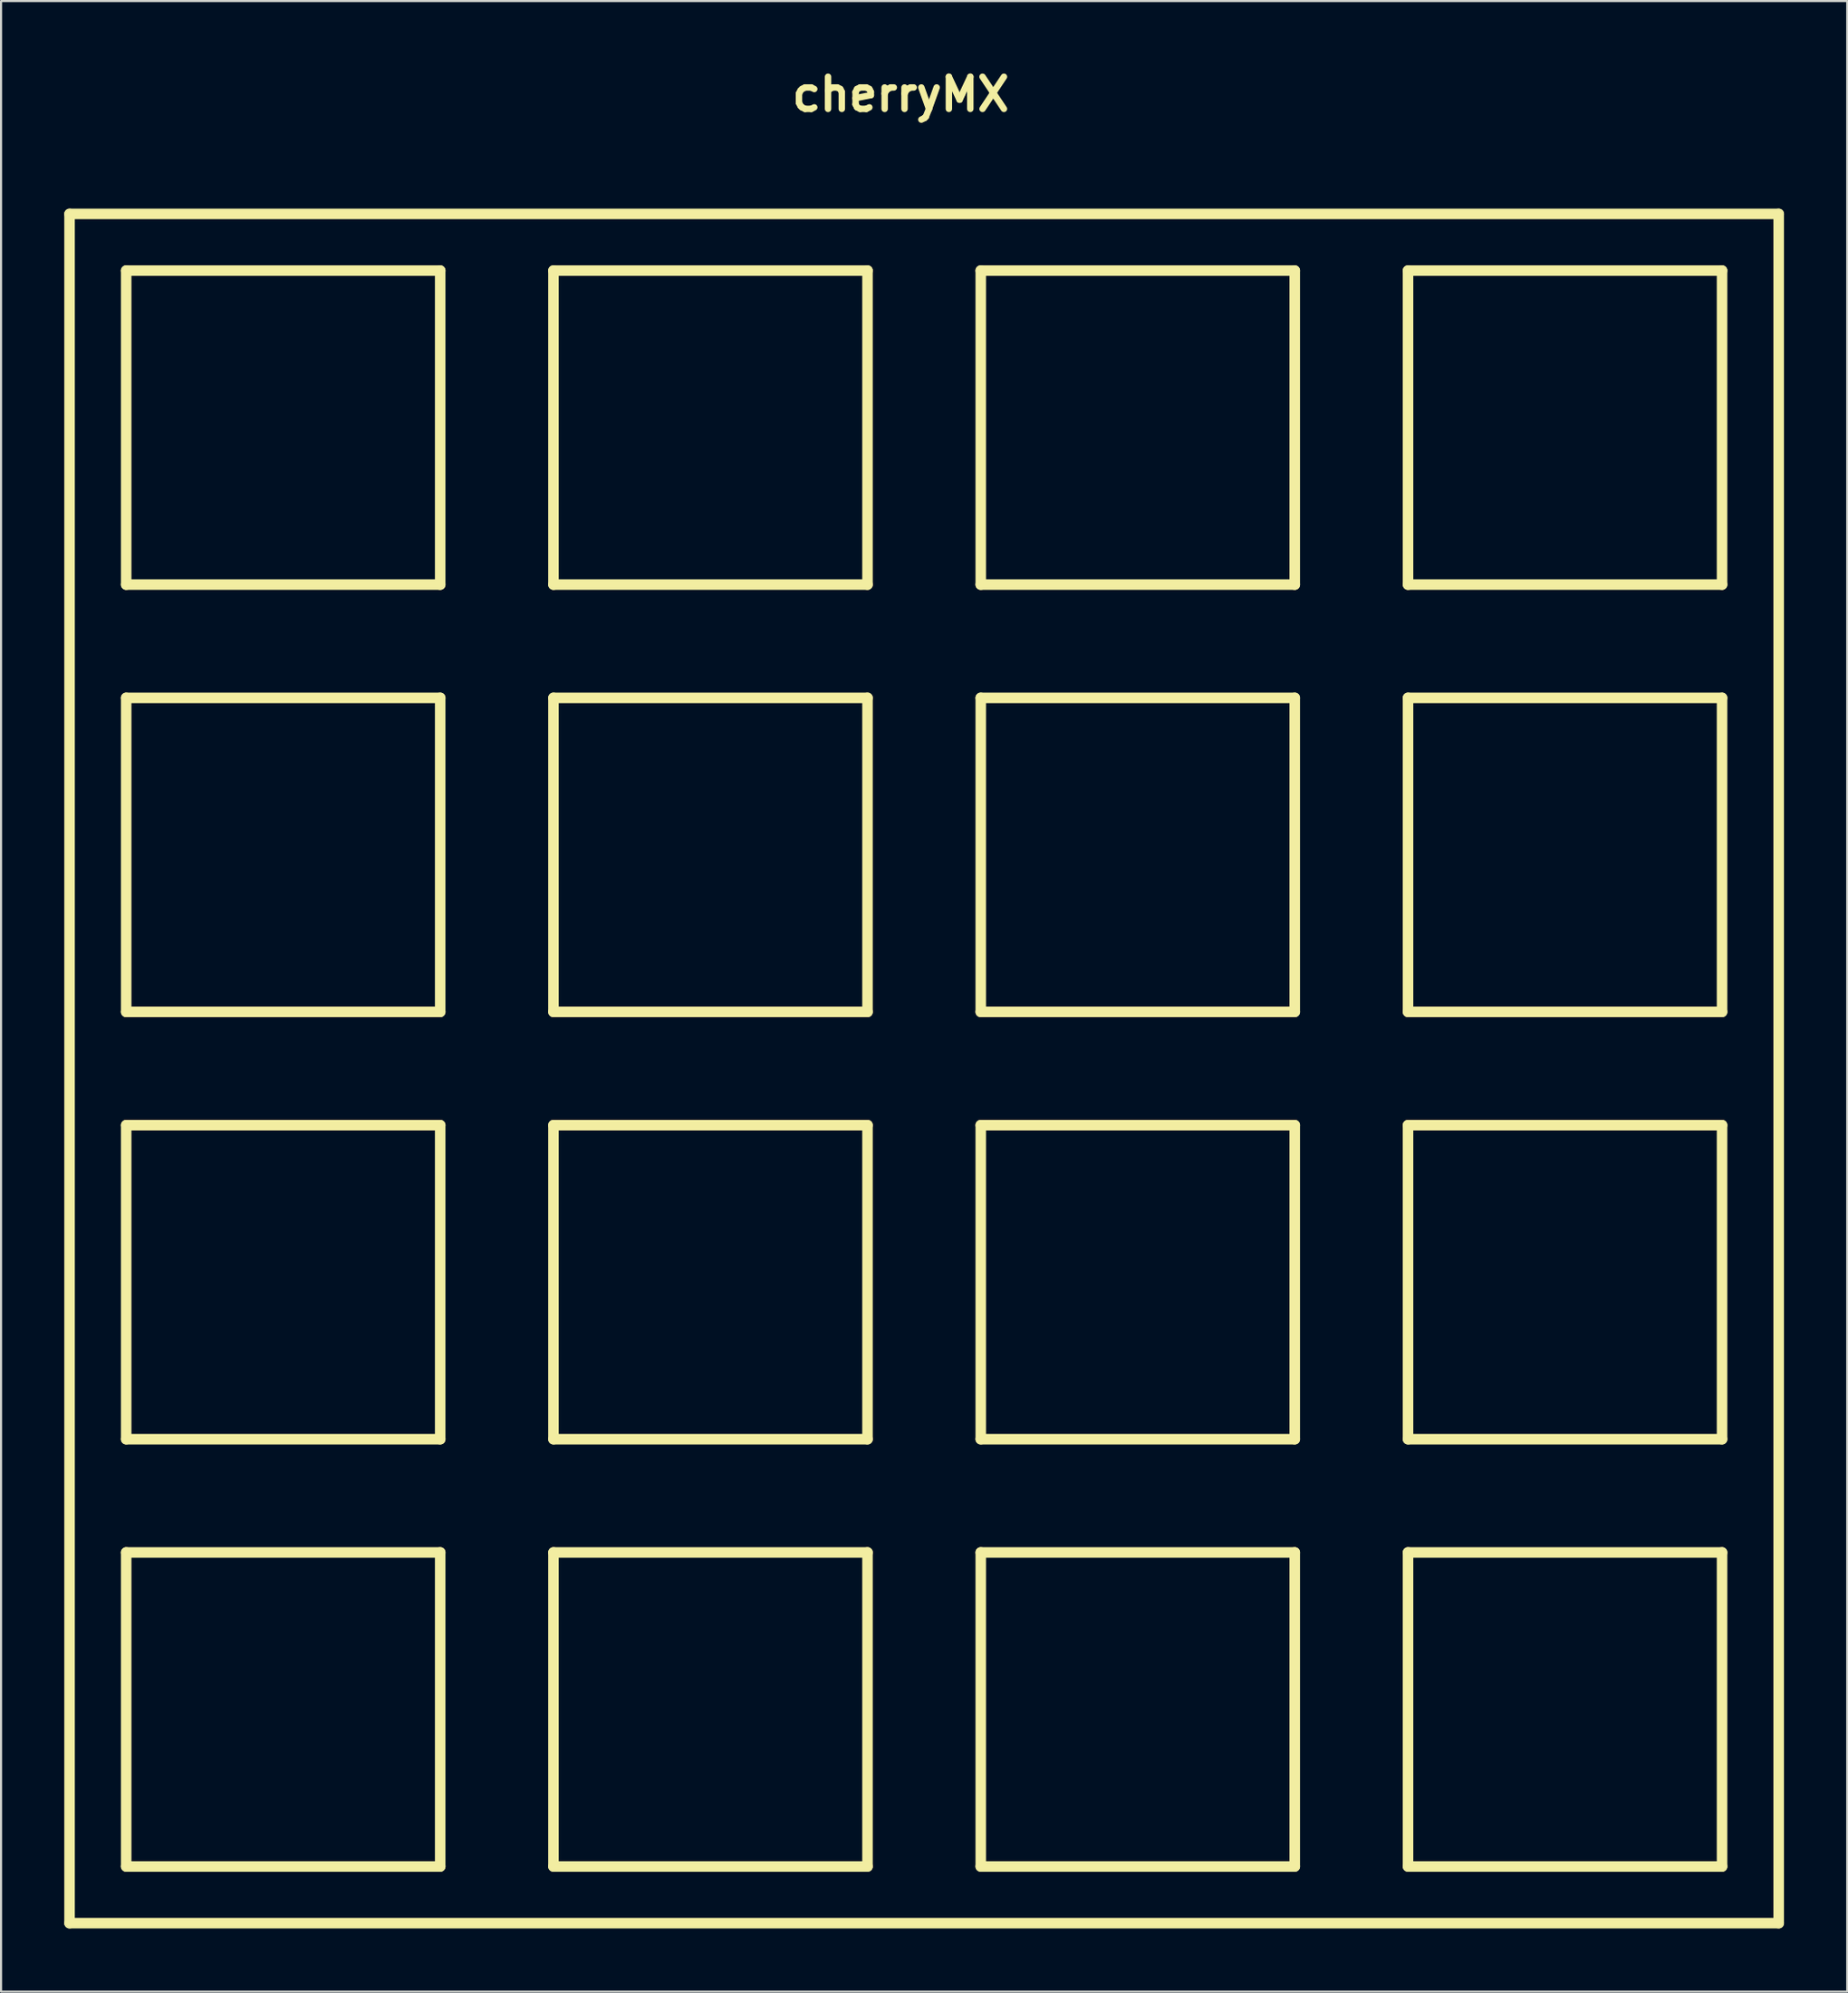
<source format=kicad_pcb>
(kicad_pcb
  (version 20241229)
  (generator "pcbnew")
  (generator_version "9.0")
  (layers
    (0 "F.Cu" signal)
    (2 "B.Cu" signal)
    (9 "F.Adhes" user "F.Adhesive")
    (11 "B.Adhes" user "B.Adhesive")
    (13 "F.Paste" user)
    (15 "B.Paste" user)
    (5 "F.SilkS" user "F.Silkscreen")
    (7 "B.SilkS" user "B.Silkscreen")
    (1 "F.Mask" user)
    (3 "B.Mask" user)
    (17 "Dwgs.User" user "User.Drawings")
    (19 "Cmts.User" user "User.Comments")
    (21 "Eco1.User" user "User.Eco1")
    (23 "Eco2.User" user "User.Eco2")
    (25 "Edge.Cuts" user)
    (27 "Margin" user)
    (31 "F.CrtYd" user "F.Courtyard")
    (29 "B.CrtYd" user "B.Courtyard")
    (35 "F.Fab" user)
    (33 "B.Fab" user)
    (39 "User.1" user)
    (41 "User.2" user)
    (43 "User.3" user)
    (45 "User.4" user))
  (footprint "cherryMX"
    (layer "F.Cu")
    (at 39.685 46.334)
    (property "Reference" "cherryMX" (at 0 -44.907 0) (layer "F.SilkS") (effects (font (size 1.524 1.524) (thickness 0.305))))
    (attr smd)
    (fp_line (start -39.435 -39.234) (end 41.658 -39.234) (stroke (width 0.5) (type solid)) (layer "F.SilkS"))
    (fp_line (start -39.435 41.859) (end -39.435 -39.234) (stroke (width 0.5) (type solid)) (layer "F.SilkS"))
    (fp_line (start -36.748 -36.547) (end -36.748 -21.648) (stroke (width 0.5) (type solid)) (layer "F.SilkS"))
    (fp_line (start -36.748 -21.648) (end -21.849 -21.648) (stroke (width 0.5) (type solid)) (layer "F.SilkS"))
    (fp_line (start -36.748 -16.274) (end -36.748 -1.375) (stroke (width 0.5) (type solid)) (layer "F.SilkS"))
    (fp_line (start -36.748 -1.375) (end -21.849 -1.375) (stroke (width 0.5) (type solid)) (layer "F.SilkS"))
    (fp_line (start -36.748 3.999) (end -36.748 18.898) (stroke (width 0.5) (type solid)) (layer "F.SilkS"))
    (fp_line (start -36.748 18.898) (end -21.849 18.898) (stroke (width 0.5) (type solid)) (layer "F.SilkS"))
    (fp_line (start -36.748 24.272) (end -36.748 39.171) (stroke (width 0.5) (type solid)) (layer "F.SilkS"))
    (fp_line (start -36.748 39.171) (end -21.849 39.171) (stroke (width 0.5) (type solid)) (layer "F.SilkS"))
    (fp_line (start -21.849 -36.547) (end -36.748 -36.547) (stroke (width 0.5) (type solid)) (layer "F.SilkS"))
    (fp_line (start -21.849 -21.648) (end -21.849 -36.547) (stroke (width 0.5) (type solid)) (layer "F.SilkS"))
    (fp_line (start -21.849 -16.274) (end -36.748 -16.274) (stroke (width 0.5) (type solid)) (layer "F.SilkS"))
    (fp_line (start -21.849 -1.375) (end -21.849 -16.274) (stroke (width 0.5) (type solid)) (layer "F.SilkS"))
    (fp_line (start -21.849 3.999) (end -36.748 3.999) (stroke (width 0.5) (type solid)) (layer "F.SilkS"))
    (fp_line (start -21.849 18.898) (end -21.849 3.999) (stroke (width 0.5) (type solid)) (layer "F.SilkS"))
    (fp_line (start -21.849 24.272) (end -36.748 24.272) (stroke (width 0.5) (type solid)) (layer "F.SilkS"))
    (fp_line (start -21.849 39.171) (end -21.849 24.272) (stroke (width 0.5) (type solid)) (layer "F.SilkS"))
    (fp_line (start -16.475 -36.547) (end -16.475 -21.648) (stroke (width 0.5) (type solid)) (layer "F.SilkS"))
    (fp_line (start -16.475 -21.648) (end -1.576 -21.648) (stroke (width 0.5) (type solid)) (layer "F.SilkS"))
    (fp_line (start -16.475 -16.274) (end -16.475 -1.375) (stroke (width 0.5) (type solid)) (layer "F.SilkS"))
    (fp_line (start -16.475 -1.375) (end -1.576 -1.375) (stroke (width 0.5) (type solid)) (layer "F.SilkS"))
    (fp_line (start -16.475 3.999) (end -16.475 18.898) (stroke (width 0.5) (type solid)) (layer "F.SilkS"))
    (fp_line (start -16.475 18.898) (end -1.576 18.898) (stroke (width 0.5) (type solid)) (layer "F.SilkS"))
    (fp_line (start -16.475 24.272) (end -16.475 39.171) (stroke (width 0.5) (type solid)) (layer "F.SilkS"))
    (fp_line (start -16.475 39.171) (end -1.576 39.171) (stroke (width 0.5) (type solid)) (layer "F.SilkS"))
    (fp_line (start -1.576 -36.547) (end -16.475 -36.547) (stroke (width 0.5) (type solid)) (layer "F.SilkS"))
    (fp_line (start -1.576 -21.648) (end -1.576 -36.547) (stroke (width 0.5) (type solid)) (layer "F.SilkS"))
    (fp_line (start -1.576 -16.274) (end -16.475 -16.274) (stroke (width 0.5) (type solid)) (layer "F.SilkS"))
    (fp_line (start -1.576 -1.375) (end -1.576 -16.274) (stroke (width 0.5) (type solid)) (layer "F.SilkS"))
    (fp_line (start -1.576 3.999) (end -16.475 3.999) (stroke (width 0.5) (type solid)) (layer "F.SilkS"))
    (fp_line (start -1.576 18.898) (end -1.576 3.999) (stroke (width 0.5) (type solid)) (layer "F.SilkS"))
    (fp_line (start -1.576 24.272) (end -16.475 24.272) (stroke (width 0.5) (type solid)) (layer "F.SilkS"))
    (fp_line (start -1.576 39.171) (end -1.576 24.272) (stroke (width 0.5) (type solid)) (layer "F.SilkS"))
    (fp_line (start 3.798 -36.547) (end 3.798 -21.648) (stroke (width 0.5) (type solid)) (layer "F.SilkS"))
    (fp_line (start 3.798 -21.648) (end 18.697 -21.648) (stroke (width 0.5) (type solid)) (layer "F.SilkS"))
    (fp_line (start 3.798 -16.274) (end 3.798 -1.375) (stroke (width 0.5) (type solid)) (layer "F.SilkS"))
    (fp_line (start 3.798 -1.375) (end 18.697 -1.375) (stroke (width 0.5) (type solid)) (layer "F.SilkS"))
    (fp_line (start 3.798 3.999) (end 3.798 18.898) (stroke (width 0.5) (type solid)) (layer "F.SilkS"))
    (fp_line (start 3.798 18.898) (end 18.697 18.898) (stroke (width 0.5) (type solid)) (layer "F.SilkS"))
    (fp_line (start 3.798 24.272) (end 3.798 39.171) (stroke (width 0.5) (type solid)) (layer "F.SilkS"))
    (fp_line (start 3.798 39.171) (end 18.697 39.171) (stroke (width 0.5) (type solid)) (layer "F.SilkS"))
    (fp_line (start 18.697 -36.547) (end 3.798 -36.547) (stroke (width 0.5) (type solid)) (layer "F.SilkS"))
    (fp_line (start 18.697 -21.648) (end 18.697 -36.547) (stroke (width 0.5) (type solid)) (layer "F.SilkS"))
    (fp_line (start 18.697 -16.274) (end 3.798 -16.274) (stroke (width 0.5) (type solid)) (layer "F.SilkS"))
    (fp_line (start 18.697 -1.375) (end 18.697 -16.274) (stroke (width 0.5) (type solid)) (layer "F.SilkS"))
    (fp_line (start 18.697 3.999) (end 3.798 3.999) (stroke (width 0.5) (type solid)) (layer "F.SilkS"))
    (fp_line (start 18.697 18.898) (end 18.697 3.999) (stroke (width 0.5) (type solid)) (layer "F.SilkS"))
    (fp_line (start 18.697 24.272) (end 3.798 24.272) (stroke (width 0.5) (type solid)) (layer "F.SilkS"))
    (fp_line (start 18.697 39.171) (end 18.697 24.272) (stroke (width 0.5) (type solid)) (layer "F.SilkS"))
    (fp_line (start 24.071 -36.547) (end 24.071 -21.648) (stroke (width 0.5) (type solid)) (layer "F.SilkS"))
    (fp_line (start 24.071 -21.648) (end 38.97 -21.648) (stroke (width 0.5) (type solid)) (layer "F.SilkS"))
    (fp_line (start 24.071 -16.274) (end 24.071 -1.375) (stroke (width 0.5) (type solid)) (layer "F.SilkS"))
    (fp_line (start 24.071 -1.375) (end 38.97 -1.375) (stroke (width 0.5) (type solid)) (layer "F.SilkS"))
    (fp_line (start 24.071 3.999) (end 24.071 18.898) (stroke (width 0.5) (type solid)) (layer "F.SilkS"))
    (fp_line (start 24.071 18.898) (end 38.97 18.898) (stroke (width 0.5) (type solid)) (layer "F.SilkS"))
    (fp_line (start 24.071 24.272) (end 24.071 39.171) (stroke (width 0.5) (type solid)) (layer "F.SilkS"))
    (fp_line (start 24.071 39.171) (end 38.97 39.171) (stroke (width 0.5) (type solid)) (layer "F.SilkS"))
    (fp_line (start 38.97 -36.547) (end 24.071 -36.547) (stroke (width 0.5) (type solid)) (layer "F.SilkS"))
    (fp_line (start 38.97 -21.648) (end 38.97 -36.547) (stroke (width 0.5) (type solid)) (layer "F.SilkS"))
    (fp_line (start 38.97 -16.274) (end 24.071 -16.274) (stroke (width 0.5) (type solid)) (layer "F.SilkS"))
    (fp_line (start 38.97 -1.375) (end 38.97 -16.274) (stroke (width 0.5) (type solid)) (layer "F.SilkS"))
    (fp_line (start 38.97 3.999) (end 24.071 3.999) (stroke (width 0.5) (type solid)) (layer "F.SilkS"))
    (fp_line (start 38.97 18.898) (end 38.97 3.999) (stroke (width 0.5) (type solid)) (layer "F.SilkS"))
    (fp_line (start 38.97 24.272) (end 24.071 24.272) (stroke (width 0.5) (type solid)) (layer "F.SilkS"))
    (fp_line (start 38.97 39.171) (end 38.97 24.272) (stroke (width 0.5) (type solid)) (layer "F.SilkS"))
    (fp_line (start 41.658 -39.234) (end 41.658 41.859) (stroke (width 0.5) (type solid)) (layer "F.SilkS"))
    (fp_line (start 41.658 41.859) (end -39.435 41.859) (stroke (width 0.5) (type solid)) (layer "F.SilkS")))
  (gr_rect
    (start -3 -3)
    (end 84.594 91.443)
    (stroke (width 0.1) (type default))
    (fill no)
    (layer "Edge.Cuts")))
</source>
